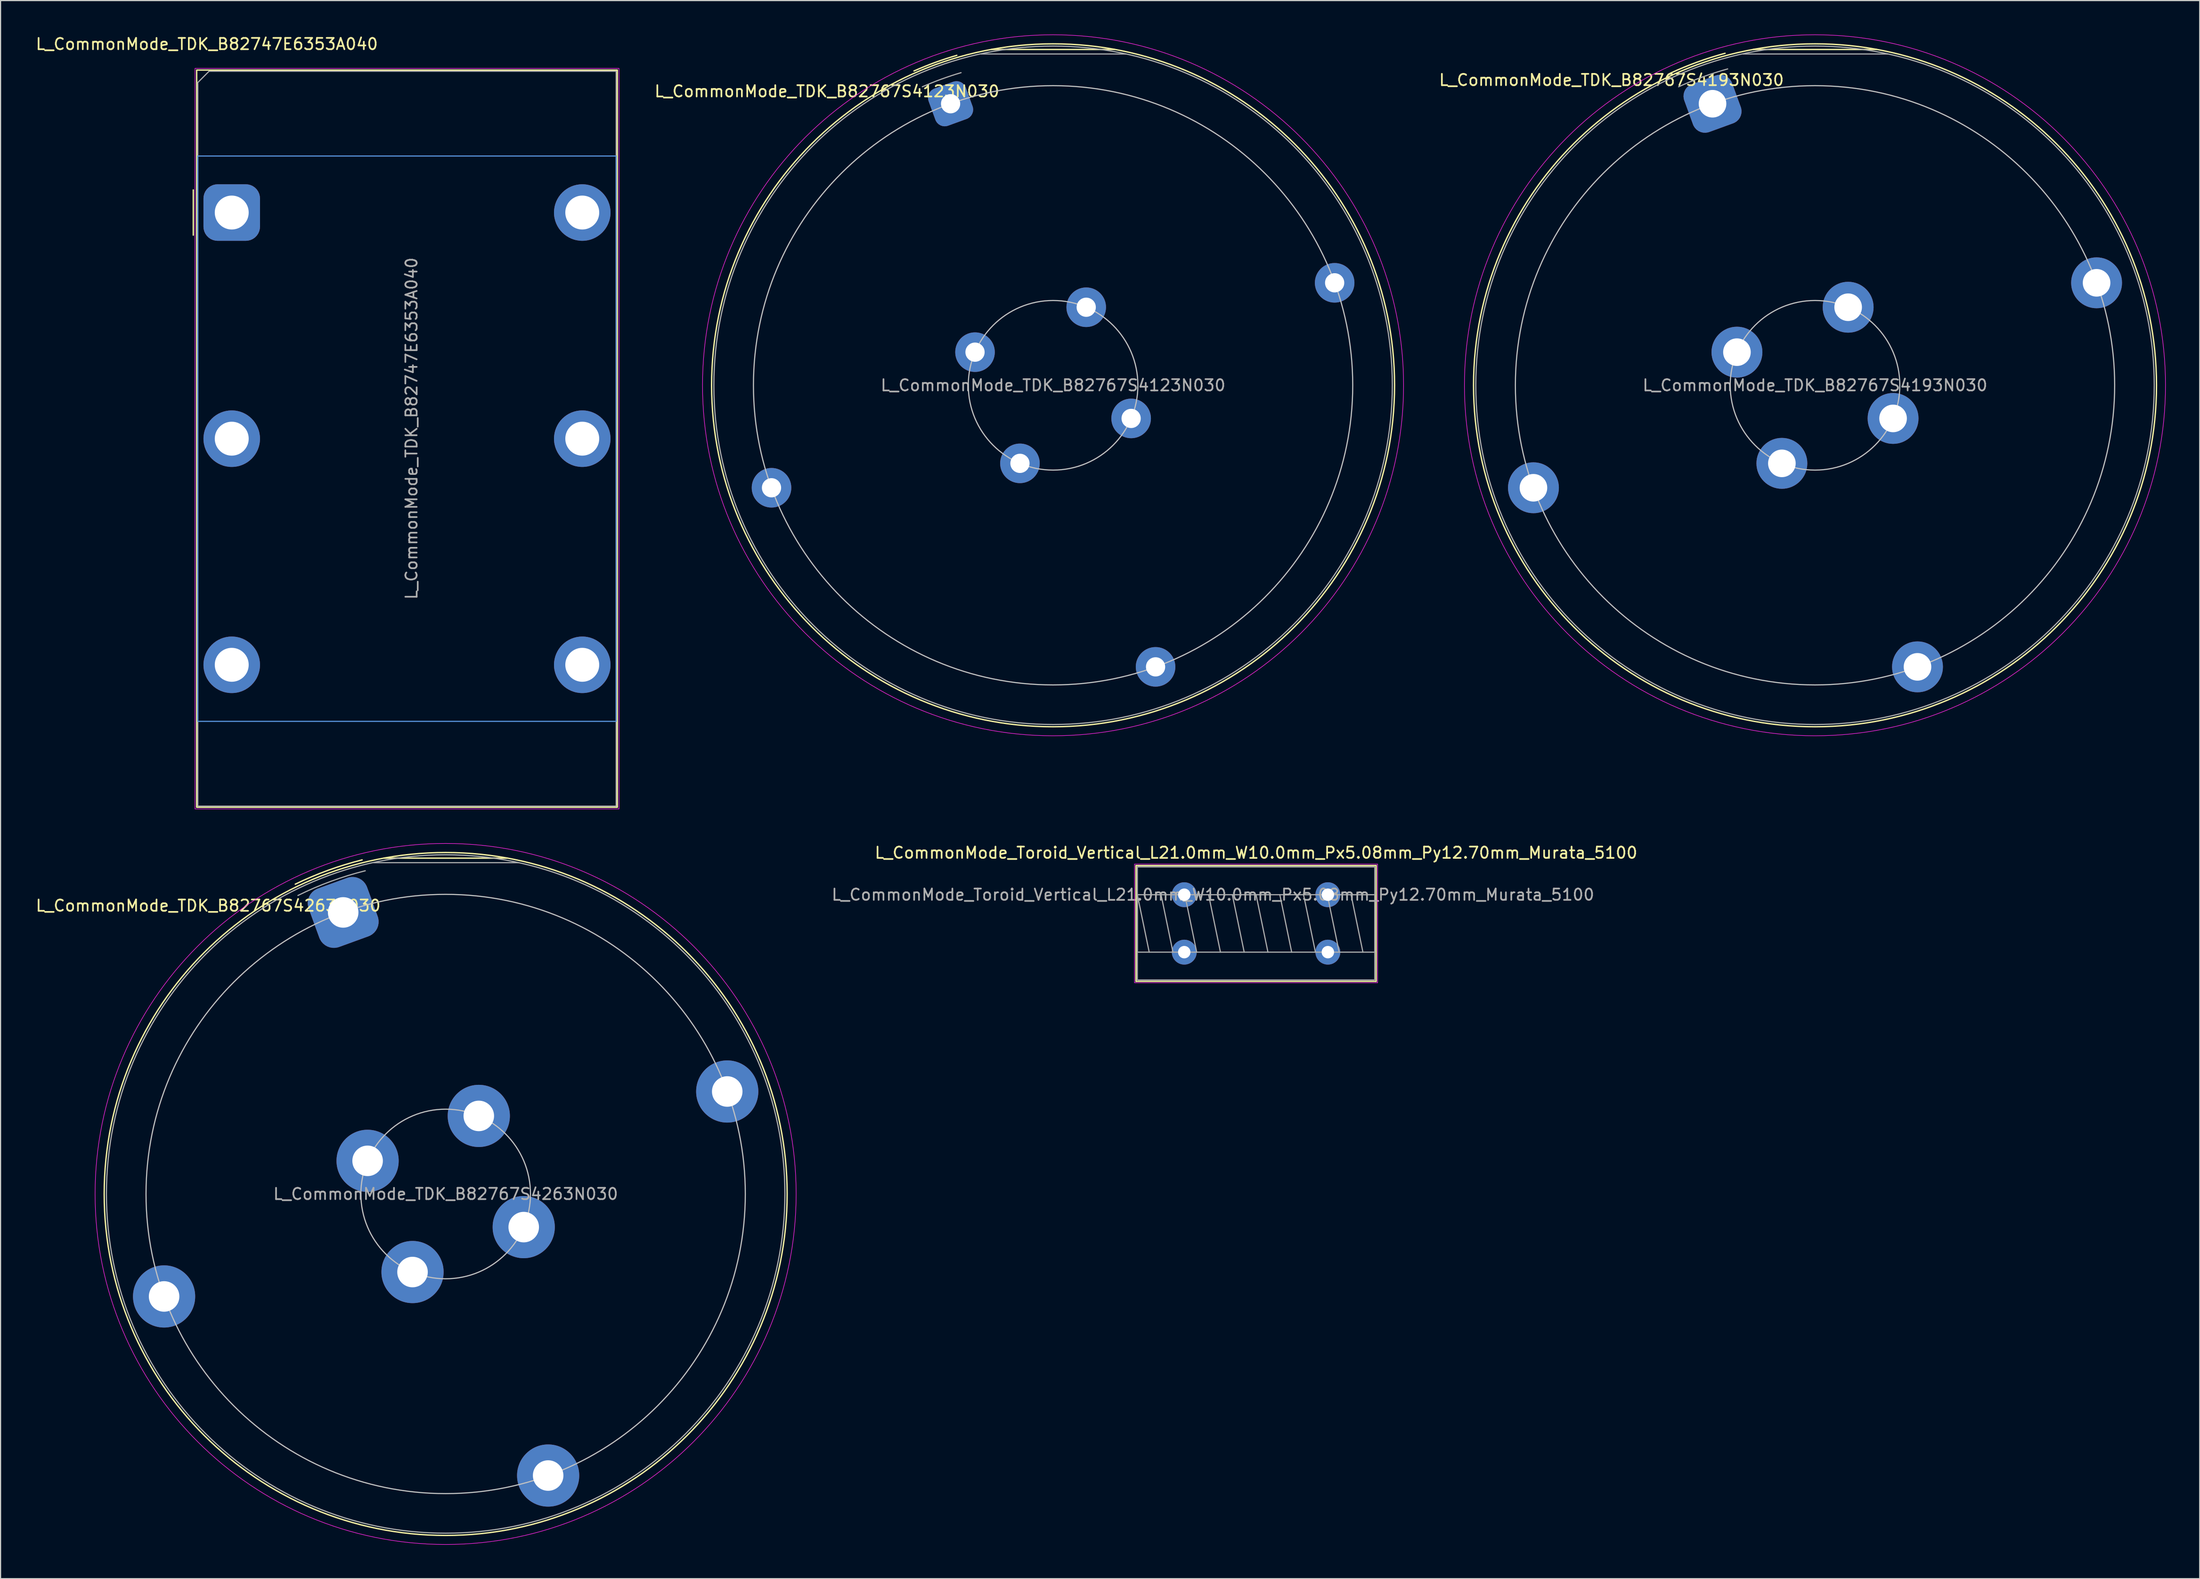
<source format=kicad_pcb>
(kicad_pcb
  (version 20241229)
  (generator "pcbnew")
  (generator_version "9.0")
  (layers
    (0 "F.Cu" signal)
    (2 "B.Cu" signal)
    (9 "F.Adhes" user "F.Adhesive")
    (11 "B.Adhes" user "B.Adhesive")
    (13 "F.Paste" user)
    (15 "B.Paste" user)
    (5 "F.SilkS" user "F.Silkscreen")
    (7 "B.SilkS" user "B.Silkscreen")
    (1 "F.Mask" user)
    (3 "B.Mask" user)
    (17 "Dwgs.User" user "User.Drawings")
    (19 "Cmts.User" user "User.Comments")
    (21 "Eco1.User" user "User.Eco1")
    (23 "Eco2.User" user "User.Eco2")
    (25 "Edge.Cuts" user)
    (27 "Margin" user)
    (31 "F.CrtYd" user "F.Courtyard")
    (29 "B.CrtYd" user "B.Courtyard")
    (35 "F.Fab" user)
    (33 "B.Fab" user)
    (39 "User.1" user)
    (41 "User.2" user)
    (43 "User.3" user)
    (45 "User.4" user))
  (footprint "L_CommonMode_TDK_B82767S4123N030"
    (layer "F.Cu")
    (at 81.019 6.125)
    (property "Reference" "L_CommonMode_TDK_B82767S4123N030" (at -10.936 -1.098 0) (layer "F.SilkS") (effects (font (size 1 1) (thickness 0.15))))
    (attr through_hole)
    (fp_line (start 3.6 -4.8) (end 14.5 -4.8) (stroke (width 0.12) (type default)) (layer "F.SilkS"))
    (fp_arc (start -3.236466 -2.898145) (mid -1.365365 -3.652796) (end 0.551672 -4.281672) (stroke (width 0.12) (type default)) (layer "F.SilkS"))
    (fp_circle (center 9.064 24.902) (end 39.264 24.902) (stroke (width 0.12) (type default)) (fill no) (layer "F.SilkS"))
    (fp_circle (center 9.064 24.902) (end 16.564 24.902) (stroke (width 0.1) (type default)) (fill no) (layer "Dwgs.User"))
    (fp_circle (center 9.064 24.902) (end 35.564 24.902) (stroke (width 0.1) (type default)) (fill no) (layer "Dwgs.User"))
    (fp_circle (center 9.06 24.9) (end 40.06 24.9) (stroke (width 0.05) (type default)) (fill no) (layer "F.CrtYd"))
    (fp_line (start 15.5 -4.4) (end 2.7 -4.4) (stroke (width 0.1) (type default)) (layer "F.Fab"))
    (fp_arc (start -2.5 -1.499999) (mid -0.806401 -2.178721) (end 0.926747 -2.74893) (stroke (width 0.1) (type default)) (layer "F.Fab"))
    (fp_circle (center 9.064 24.902) (end 39.064 24.902) (stroke (width 0.1) (type default)) (fill no) (layer "F.Fab"))
    (fp_text user "${REFERENCE}" (at 9.064 24.902 0) (layer "F.Fab") (effects (font (size 1 1) (thickness 0.15))))
    (pad "1" thru_hole roundrect (at 0 0 20) (size 3.5 3.5) (drill 1.7) (layers "*.Cu" "*.Mask") (roundrect_rratio 0.25))
    (pad "2" thru_hole circle (at -15.838 33.965 20) (size 3.5 3.5) (drill 1.7) (layers "*.Cu" "*.Mask"))
    (pad "3" thru_hole circle (at 18.127 49.804 20) (size 3.5 3.5) (drill 1.7) (layers "*.Cu" "*.Mask"))
    (pad "4" thru_hole circle (at 33.965 15.838 20) (size 3.5 3.5) (drill 1.7) (layers "*.Cu" "*.Mask"))
    (pad "5" thru_hole circle (at 2.16 21.971 357) (size 3.5 3.5) (drill 1.7) (layers "*.Cu" "*.Mask"))
    (pad "6" thru_hole circle (at 6.133 31.806 357) (size 3.5 3.5) (drill 1.7) (layers "*.Cu" "*.Mask"))
    (pad "7" thru_hole circle (at 15.967 27.832 357) (size 3.5 3.5) (drill 1.7) (layers "*.Cu" "*.Mask"))
    (pad "8" thru_hole circle (at 11.994 17.998 357) (size 3.5 3.5) (drill 1.7) (layers "*.Cu" "*.Mask")))
  (footprint "L_CommonMode_TDK_B82767S4263N030"
    (layer "F.Cu")
    (at 27.3 77.648)
    (property "Reference" "L_CommonMode_TDK_B82767S4263N030" (at -11.936 -0.598 0) (layer "F.SilkS") (effects (font (size 1 1) (thickness 0.15))))
    (attr through_hole)
    (fp_line (start 3.6 -4.8) (end 14.5 -4.8) (stroke (width 0.12) (type default)) (layer "F.SilkS"))
    (fp_arc (start -4.236466 -2.498146) (mid -1.335569 -3.725208) (end 1.676542 -4.646113) (stroke (width 0.12) (type default)) (layer "F.SilkS"))
    (fp_circle (center 9.064 24.902) (end 39.264 24.902) (stroke (width 0.12) (type default)) (fill no) (layer "F.SilkS"))
    (fp_circle (center 9.064 24.902) (end 16.564 24.902) (stroke (width 0.1) (type default)) (fill no) (layer "Dwgs.User"))
    (fp_circle (center 9.064 24.902) (end 35.564 24.902) (stroke (width 0.1) (type default)) (fill no) (layer "Dwgs.User"))
    (fp_circle (center 9.06 24.9) (end 40.06 24.9) (stroke (width 0.05) (type default)) (fill no) (layer "F.CrtYd"))
    (fp_line (start 15.5 -4.4) (end 2.7 -4.4) (stroke (width 0.1) (type default)) (layer "F.Fab"))
    (fp_arc (start -4 -1.5) (mid -1.081881 -2.752881) (end 1.954155 -3.68434) (stroke (width 0.1) (type default)) (layer "F.Fab"))
    (fp_circle (center 9.064 24.902) (end 39.064 24.902) (stroke (width 0.1) (type default)) (fill no) (layer "F.Fab"))
    (fp_text user "${REFERENCE}" (at 9.064 24.902 0) (layer "F.Fab") (effects (font (size 1 1) (thickness 0.15))))
    (pad "1" thru_hole roundrect (at 0 0 20) (size 5.5 5.5) (drill 2.7) (layers "*.Cu" "*.Mask") (roundrect_rratio 0.25))
    (pad "2" thru_hole circle (at -15.838 33.965 20) (size 5.5 5.5) (drill 2.7) (layers "*.Cu" "*.Mask"))
    (pad "3" thru_hole circle (at 18.127 49.804 20) (size 5.5 5.5) (drill 2.7) (layers "*.Cu" "*.Mask"))
    (pad "4" thru_hole circle (at 33.965 15.838 20) (size 5.5 5.5) (drill 2.7) (layers "*.Cu" "*.Mask"))
    (pad "5" thru_hole circle (at 2.16 21.971 357) (size 5.5 5.5) (drill 2.7) (layers "*.Cu" "*.Mask"))
    (pad "6" thru_hole circle (at 6.133 31.806 357) (size 5.5 5.5) (drill 2.7) (layers "*.Cu" "*.Mask"))
    (pad "7" thru_hole circle (at 15.967 27.832 357) (size 5.5 5.5) (drill 2.7) (layers "*.Cu" "*.Mask"))
    (pad "8" thru_hole circle (at 11.994 17.998 357) (size 5.5 5.5) (drill 2.7) (layers "*.Cu" "*.Mask")))
  (footprint "L_CommonMode_TDK_B82767S4193N030"
    (layer "F.Cu")
    (at 148.403 6.125)
    (property "Reference" "L_CommonMode_TDK_B82767S4193N030" (at -8.936 -2.098 0) (layer "F.SilkS") (effects (font (size 1 1) (thickness 0.15))))
    (attr through_hole)
    (fp_line (start 3.6 -4.8) (end 14.5 -4.8) (stroke (width 0.12) (type default)) (layer "F.SilkS"))
    (fp_arc (start -3.736466 -2.698145) (mid -1.350566 -3.68392) (end 1.110315 -4.463878) (stroke (width 0.12) (type default)) (layer "F.SilkS"))
    (fp_circle (center 9.064 24.902) (end 39.264 24.902) (stroke (width 0.12) (type default)) (fill no) (layer "F.SilkS"))
    (fp_circle (center 9.064 24.902) (end 16.564 24.902) (stroke (width 0.1) (type default)) (fill no) (layer "Dwgs.User"))
    (fp_circle (center 9.064 24.902) (end 35.564 24.902) (stroke (width 0.1) (type default)) (fill no) (layer "Dwgs.User"))
    (fp_circle (center 9.06 24.9) (end 40.06 24.9) (stroke (width 0.05) (type default)) (fill no) (layer "F.CrtYd"))
    (fp_line (start 15.5 -4.4) (end 2.7 -4.4) (stroke (width 0.1) (type default)) (layer "F.Fab"))
    (fp_arc (start -3 -1.499999) (mid -0.861384 -2.376025) (end 1.340145 -3.079139) (stroke (width 0.1) (type default)) (layer "F.Fab"))
    (fp_circle (center 9.064 24.902) (end 39.064 24.902) (stroke (width 0.1) (type default)) (fill no) (layer "F.Fab"))
    (fp_text user "${REFERENCE}" (at 9.064 24.902 0) (layer "F.Fab") (effects (font (size 1 1) (thickness 0.15))))
    (pad "1" thru_hole roundrect (at 0 0 20) (size 4.5 4.5) (drill 2.44) (layers "*.Cu" "*.Mask") (roundrect_rratio 0.25))
    (pad "2" thru_hole circle (at -15.838 33.965 20) (size 4.5 4.5) (drill 2.44) (layers "*.Cu" "*.Mask"))
    (pad "3" thru_hole circle (at 18.127 49.804 20) (size 4.5 4.5) (drill 2.44) (layers "*.Cu" "*.Mask"))
    (pad "4" thru_hole circle (at 33.965 15.838 20) (size 4.5 4.5) (drill 2.44) (layers "*.Cu" "*.Mask"))
    (pad "5" thru_hole circle (at 2.16 21.971 357) (size 4.5 4.5) (drill 2.44) (layers "*.Cu" "*.Mask"))
    (pad "6" thru_hole circle (at 6.133 31.806 357) (size 4.5 4.5) (drill 2.44) (layers "*.Cu" "*.Mask"))
    (pad "7" thru_hole circle (at 15.967 27.832 357) (size 4.5 4.5) (drill 2.44) (layers "*.Cu" "*.Mask"))
    (pad "8" thru_hole circle (at 11.994 17.998 357) (size 4.5 4.5) (drill 2.44) (layers "*.Cu" "*.Mask")))
  (footprint "L_CommonMode_Toroid_Vertical_L21.0mm_W10.0mm_Px5.08mm_Py12.70mm_Murata_5100"
    (layer "F.Cu")
    (at 101.684 76.082)
    (property "Reference" "L_CommonMode_Toroid_Vertical_L21.0mm_W10.0mm_Px5.08mm_Py12.70mm_Murata_5100" (at 6.35 -3.71 0) (layer "F.SilkS") (effects (font (size 1 1) (thickness 0.15))))
    (attr through_hole)
    (fp_line (start -4.27 -2.58) (end 16.97 -2.58) (stroke (width 0.12) (type solid)) (layer "F.SilkS"))
    (fp_line (start -4.27 7.66) (end -4.27 -2.58) (stroke (width 0.12) (type solid)) (layer "F.SilkS"))
    (fp_line (start 16.97 -2.58) (end 16.97 7.66) (stroke (width 0.12) (type solid)) (layer "F.SilkS"))
    (fp_line (start 16.97 7.66) (end -4.27 7.66) (stroke (width 0.12) (type solid)) (layer "F.SilkS"))
    (fp_rect (start -4.4 -2.71) (end 17.1 7.79) (stroke (width 0.05) (type solid)) (fill no) (layer "F.CrtYd"))
    (fp_line (start -4.15 0) (end -3.1 5.08) (stroke (width 0.1) (type solid)) (layer "F.Fab"))
    (fp_line (start -2.05 0) (end -1 5.08) (stroke (width 0.1) (type solid)) (layer "F.Fab"))
    (fp_line (start 0.05 0) (end 1.1 5.08) (stroke (width 0.1) (type solid)) (layer "F.Fab"))
    (fp_line (start 2.15 0) (end 3.2 5.08) (stroke (width 0.1) (type solid)) (layer "F.Fab"))
    (fp_line (start 4.25 0) (end 5.3 5.08) (stroke (width 0.1) (type solid)) (layer "F.Fab"))
    (fp_line (start 6.35 0) (end 7.4 5.08) (stroke (width 0.1) (type solid)) (layer "F.Fab"))
    (fp_line (start 8.45 0) (end 9.5 5.08) (stroke (width 0.1) (type solid)) (layer "F.Fab"))
    (fp_line (start 10.55 0) (end 11.6 5.08) (stroke (width 0.1) (type solid)) (layer "F.Fab"))
    (fp_line (start 12.65 0) (end 13.7 5.08) (stroke (width 0.1) (type solid)) (layer "F.Fab"))
    (fp_line (start 14.75 0) (end 15.8 5.08) (stroke (width 0.1) (type solid)) (layer "F.Fab"))
    (fp_rect (start -4.15 -2.46) (end 16.85 7.54) (stroke (width 0.1) (type solid)) (fill no) (layer "F.Fab"))
    (fp_rect (start -4.15 0) (end 16.85 5.08) (stroke (width 0.1) (type solid)) (fill no) (layer "F.Fab"))
    (fp_text user "${REFERENCE}" (at 2.54 0 0) (layer "F.Fab") (effects (font (size 1 1) (thickness 0.15))))
    (pad "1" thru_hole circle (at 0 0) (size 2.2 2.2) (drill 1.1) (layers "*.Cu" "*.Mask"))
    (pad "2" thru_hole circle (at 0 5.08) (size 2.2 2.2) (drill 1.1) (layers "*.Cu" "*.Mask"))
    (pad "3" thru_hole circle (at 12.7 5.08) (size 2.2 2.2) (drill 1.1) (layers "*.Cu" "*.Mask"))
    (pad "4" thru_hole circle (at 12.7 0) (size 2.2 2.2) (drill 1.1) (layers "*.Cu" "*.Mask")))
  (footprint "L_CommonMode_TDK_B82747E6353A040"
    (layer "F.Cu")
    (at 17.444 15.748)
    (property "Reference" "L_CommonMode_TDK_B82747E6353A040" (at -2.2 -14.9 0) (layer "F.SilkS") (effects (font (size 1 1) (thickness 0.15))))
    (attr through_hole)
    (fp_line (start -3.4 -2) (end -3.4 2) (stroke (width 0.12) (type default)) (layer "F.SilkS"))
    (fp_rect (start -3.1 52.6) (end 34.1 -12.6) (stroke (width 0.12) (type default)) (fill no) (layer "F.SilkS"))
    (fp_rect (start -3 45) (end 34 -5) (stroke (width 0.1) (type default)) (fill no) (layer "Cmts.User"))
    (fp_rect (start -3.25 52.75) (end 34.25 -12.75) (stroke (width 0.05) (type default)) (fill no) (layer "F.CrtYd"))
    (fp_line (start -3 -11.5) (end -3 52.5) (stroke (width 0.1) (type default)) (layer "F.Fab"))
    (fp_line (start -3 -11.5) (end -2 -12.5) (stroke (width 0.1) (type default)) (layer "F.Fab"))
    (fp_line (start -3 52.5) (end 34 52.5) (stroke (width 0.1) (type default)) (layer "F.Fab"))
    (fp_line (start 34 -12.5) (end -2 -12.5) (stroke (width 0.1) (type default)) (layer "F.Fab"))
    (fp_line (start 34 -12.5) (end 34 52.5) (stroke (width 0.1) (type default)) (layer "F.Fab"))
    (fp_text user "${REFERENCE}" (at 15.9 19.1 90) (layer "F.Fab") (effects (font (size 1 1) (thickness 0.15))))
    (pad "1" thru_hole roundrect (at 0 0 90) (size 5 5) (drill 3) (layers "*.Cu" "*.Mask") (roundrect_rratio 0.25))
    (pad "2" thru_hole circle (at 0 20 90) (size 5 5) (drill 3) (layers "*.Cu" "*.Mask"))
    (pad "3" thru_hole circle (at 0 40 90) (size 5 5) (drill 3) (layers "*.Cu" "*.Mask"))
    (pad "4" thru_hole circle (at 31 40 90) (size 5 5) (drill 3) (layers "*.Cu" "*.Mask"))
    (pad "5" thru_hole circle (at 31 20 90) (size 5 5) (drill 3) (layers "*.Cu" "*.Mask"))
    (pad "6" thru_hole circle (at 31 0 90) (size 5 5) (drill 3) (layers "*.Cu" "*.Mask")))
  (gr_rect
    (start -3 -3)
    (end 191.488 136.573)
    (stroke (width 0.1) (type default))
    (fill no)
    (layer "Edge.Cuts")))
</source>
